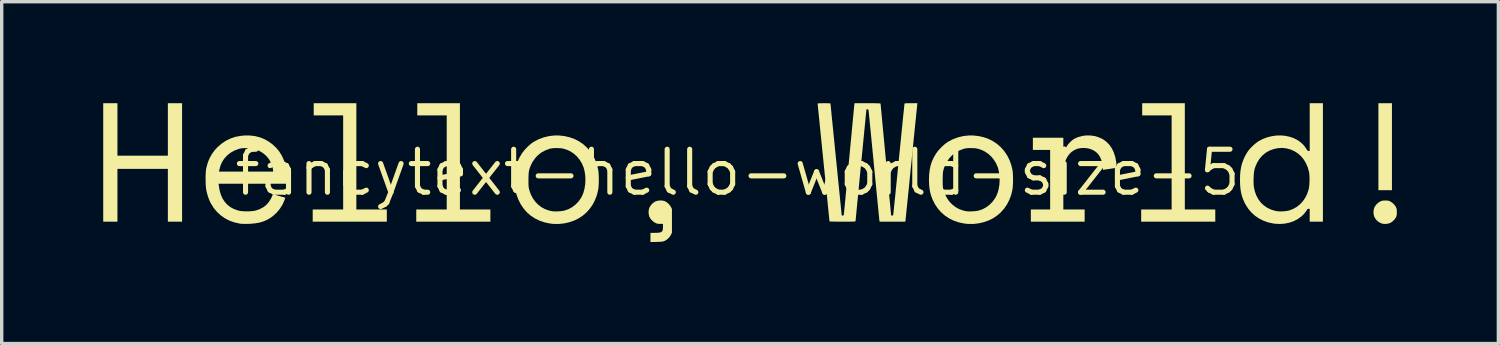
<source format=kicad_pcb>
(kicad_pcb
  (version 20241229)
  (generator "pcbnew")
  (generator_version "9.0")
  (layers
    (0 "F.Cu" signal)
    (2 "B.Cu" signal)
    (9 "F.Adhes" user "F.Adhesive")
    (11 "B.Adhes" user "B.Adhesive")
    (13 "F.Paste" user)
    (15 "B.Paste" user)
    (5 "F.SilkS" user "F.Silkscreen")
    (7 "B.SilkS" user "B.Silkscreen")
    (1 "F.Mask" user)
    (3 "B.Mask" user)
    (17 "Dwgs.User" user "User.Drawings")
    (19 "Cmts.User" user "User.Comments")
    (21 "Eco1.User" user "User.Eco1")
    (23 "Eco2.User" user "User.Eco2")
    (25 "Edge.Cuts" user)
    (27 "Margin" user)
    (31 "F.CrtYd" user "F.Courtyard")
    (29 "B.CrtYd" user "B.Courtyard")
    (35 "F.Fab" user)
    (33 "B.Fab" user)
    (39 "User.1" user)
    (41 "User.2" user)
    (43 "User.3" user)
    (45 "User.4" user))
  (footprint "fancytext-hello-world-size-5"
    (layer "F.Cu")
    (at 18.75 2.05)
    (property "Reference" "fancytext-hello-world-size-5" (at 0 0 0) (layer "F.SilkS") (effects (font (size 1.27 1.27) (thickness 0.15))))
    (attr board_only exclude_from_pos_files exclude_from_bom)
    (fp_poly (pts (xy 18.93 -0.765) (xy 18.93 -2.05) (xy 19.13 -2.05) (xy 19.33 -2.05) (xy 19.33 -0.765) (xy 19.33 0.52) (xy 19.13 0.52) (xy 18.93 0.52) (xy 18.93 -0.765)) (stroke (width 0) (type solid)) (fill yes) (layer "F.SilkS"))
    (fp_poly (pts (xy -12.56 1.27) (xy -12.56 1.09) (xy -12.11 1.09) (xy -11.66 1.09) (xy -11.66 -0.3) (xy -11.66 -1.69) (xy -12.095 -1.69) (xy -12.53 -1.69) (xy -12.53 -1.87) (xy -12.53 -2.05) (xy -11.9 -2.05) (xy -11.27 -2.05) (xy -11.27 -0.48) (xy -11.27 1.09) (xy -10.82 1.09) (xy -10.37 1.09) (xy -10.37 1.27) (xy -10.37 1.45) (xy -11.465 1.45) (xy -12.56 1.45) (xy -12.56 1.27)) (stroke (width 0) (type solid)) (fill yes) (layer "F.SilkS"))
    (fp_poly (pts (xy -9.5 1.27) (xy -9.5 1.09) (xy -9.05 1.09) (xy -8.6 1.09) (xy -8.6 -0.3) (xy -8.6 -1.69) (xy -9.035 -1.69) (xy -9.47 -1.69) (xy -9.47 -1.87) (xy -9.47 -2.05) (xy -8.84 -2.05) (xy -8.21 -2.05) (xy -8.21 -0.48) (xy -8.21 1.09) (xy -7.76 1.09) (xy -7.31 1.09) (xy -7.31 1.27) (xy -7.31 1.45) (xy -8.405 1.45) (xy -9.5 1.45) (xy -9.5 1.27)) (stroke (width 0) (type solid)) (fill yes) (layer "F.SilkS"))
    (fp_poly (pts (xy 11.92 1.27) (xy 11.92 1.09) (xy 12.37 1.09) (xy 12.82 1.09) (xy 12.82 -0.3) (xy 12.82 -1.69) (xy 12.385 -1.69) (xy 11.95 -1.69) (xy 11.95 -1.87) (xy 11.95 -2.05) (xy 12.58 -2.05) (xy 13.21 -2.05) (xy 13.21 -0.48) (xy 13.21 1.09) (xy 13.66 1.09) (xy 14.11 1.09) (xy 14.11 1.27) (xy 14.11 1.45) (xy 13.015 1.45) (xy 11.92 1.45) (xy 11.92 1.27)) (stroke (width 0) (type solid)) (fill yes) (layer "F.SilkS"))
    (fp_poly (pts (xy -18.75 -0.3) (xy -18.75 -2.05) (xy -18.54 -2.05) (xy -18.33 -2.05) (xy -18.33 -1.275) (xy -18.33 -0.5) (xy -17.585 -0.5) (xy -16.84 -0.5) (xy -16.84 -1.275) (xy -16.84 -2.05) (xy -16.63 -2.05) (xy -16.42 -2.05) (xy -16.42 -0.3) (xy -16.42 1.45) (xy -16.63 1.45) (xy -16.84 1.45) (xy -16.84 0.67) (xy -16.84 -0.11) (xy -17.585 -0.11) (xy -18.33 -0.11) (xy -18.33 0.67) (xy -18.33 1.45) (xy -18.54 1.45) (xy -18.75 1.45) (xy -18.75 -0.3)) (stroke (width 0) (type solid)) (fill yes) (layer "F.SilkS"))
    (fp_poly (pts (xy 19.023 1.502) (xy 18.945 1.464) (xy 18.88 1.412) (xy 18.83 1.345) (xy 18.808 1.303) (xy 18.791 1.246) (xy 18.784 1.179) (xy 18.789 1.11) (xy 18.805 1.047) (xy 18.812 1.028) (xy 18.852 0.964) (xy 18.905 0.907) (xy 18.968 0.862) (xy 18.988 0.852) (xy 19.02 0.838) (xy 19.05 0.83) (xy 19.085 0.826) (xy 19.132 0.825) (xy 19.135 0.825) (xy 19.182 0.826) (xy 19.216 0.829) (xy 19.245 0.837) (xy 19.275 0.849) (xy 19.281 0.853) (xy 19.336 0.888) (xy 19.388 0.935) (xy 19.431 0.989) (xy 19.453 1.028) (xy 19.464 1.057) (xy 19.471 1.087) (xy 19.474 1.126) (xy 19.475 1.17) (xy 19.474 1.221) (xy 19.47 1.258) (xy 19.463 1.288) (xy 19.453 1.312) (xy 19.42 1.367) (xy 19.374 1.419) (xy 19.321 1.463) (xy 19.282 1.486) (xy 19.218 1.508) (xy 19.147 1.517) (xy 19.077 1.515) (xy 19.023 1.502)) (stroke (width 0) (type solid)) (fill yes) (layer "F.SilkS"))
    (fp_poly (pts (xy -2.58 1.916) (xy -2.58 1.78) (xy -2.444 1.78) (xy -2.369 1.778) (xy -2.312 1.773) (xy -2.27 1.761) (xy -2.241 1.741) (xy -2.223 1.712) (xy -2.214 1.672) (xy -2.21 1.618) (xy -2.21 1.598) (xy -2.21 1.515) (xy -2.292 1.515) (xy -2.34 1.514) (xy -2.376 1.509) (xy -2.408 1.499) (xy -2.432 1.488) (xy -2.496 1.448) (xy -2.554 1.394) (xy -2.598 1.332) (xy -2.608 1.312) (xy -2.629 1.245) (xy -2.636 1.171) (xy -2.629 1.097) (xy -2.609 1.03) (xy -2.608 1.028) (xy -2.568 0.964) (xy -2.515 0.907) (xy -2.452 0.862) (xy -2.432 0.852) (xy -2.375 0.833) (xy -2.31 0.824) (xy -2.242 0.825) (xy -2.18 0.836) (xy -2.148 0.847) (xy -2.094 0.88) (xy -2.041 0.926) (xy -1.997 0.979) (xy -1.973 1.019) (xy -1.945 1.075) (xy -1.945 1.425) (xy -1.945 1.775) (xy -1.972 1.833) (xy -2.009 1.894) (xy -2.059 1.949) (xy -2.116 1.994) (xy -2.165 2.02) (xy -2.189 2.029) (xy -2.214 2.035) (xy -2.242 2.04) (xy -2.277 2.043) (xy -2.324 2.046) (xy -2.387 2.047) (xy -2.402 2.048) (xy -2.58 2.052) (xy -2.58 1.916)) (stroke (width 0) (type solid)) (fill yes) (layer "F.SilkS"))
    (fp_poly (pts (xy 8.66 1.27) (xy 8.66 1.09) (xy 8.945 1.09) (xy 9.23 1.09) (xy 9.23 0.21) (xy 9.23 -0.67) (xy 8.975 -0.67) (xy 8.72 -0.67) (xy 8.72 -0.85) (xy 8.72 -1.03) (xy 9.17 -1.03) (xy 9.62 -1.03) (xy 9.62 -0.865) (xy 9.62 -0.7) (xy 9.649 -0.7) (xy 9.666 -0.702) (xy 9.68 -0.711) (xy 9.694 -0.73) (xy 9.712 -0.762) (xy 9.747 -0.817) (xy 9.796 -0.875) (xy 9.851 -0.93) (xy 9.909 -0.976) (xy 9.95 -1.002) (xy 10.058 -1.05) (xy 10.175 -1.082) (xy 10.295 -1.098) (xy 10.418 -1.097) (xy 10.539 -1.081) (xy 10.655 -1.048) (xy 10.763 -1) (xy 10.814 -0.97) (xy 10.908 -0.897) (xy 10.989 -0.811) (xy 11.056 -0.711) (xy 11.11 -0.596) (xy 11.153 -0.465) (xy 11.155 -0.456) (xy 11.163 -0.42) (xy 11.171 -0.375) (xy 11.179 -0.325) (xy 11.187 -0.274) (xy 11.192 -0.226) (xy 11.196 -0.186) (xy 11.198 -0.157) (xy 11.197 -0.143) (xy 11.197 -0.143) (xy 11.186 -0.141) (xy 11.159 -0.136) (xy 11.119 -0.129) (xy 11.068 -0.122) (xy 11.024 -0.115) (xy 10.966 -0.106) (xy 10.912 -0.098) (xy 10.868 -0.092) (xy 10.836 -0.087) (xy 10.824 -0.085) (xy 10.792 -0.08) (xy 10.785 -0.157) (xy 10.768 -0.279) (xy 10.739 -0.385) (xy 10.698 -0.476) (xy 10.644 -0.552) (xy 10.577 -0.615) (xy 10.496 -0.665) (xy 10.408 -0.701) (xy 10.339 -0.717) (xy 10.261 -0.726) (xy 10.179 -0.726) (xy 10.101 -0.719) (xy 10.033 -0.704) (xy 10.027 -0.702) (xy 9.933 -0.659) (xy 9.85 -0.6) (xy 9.78 -0.526) (xy 9.722 -0.436) (xy 9.676 -0.332) (xy 9.643 -0.212) (xy 9.634 -0.163) (xy 9.631 -0.139) (xy 9.628 -0.108) (xy 9.626 -0.07) (xy 9.624 -0.022) (xy 9.623 0.038) (xy 9.622 0.11) (xy 9.621 0.196) (xy 9.62 0.298) (xy 9.62 0.417) (xy 9.62 0.507) (xy 9.62 1.09) (xy 9.935 1.09) (xy 10.25 1.09) (xy 10.25 1.27) (xy 10.25 1.45) (xy 9.455 1.45) (xy 8.66 1.45) (xy 8.66 1.27)) (stroke (width 0) (type solid)) (fill yes) (layer "F.SilkS"))
    (fp_poly (pts (xy -5.285 -1.097) (xy -5.122 -1.079) (xy -4.969 -1.044) (xy -4.824 -0.992) (xy -4.691 -0.923) (xy -4.568 -0.84) (xy -4.458 -0.741) (xy -4.361 -0.629) (xy -4.277 -0.504) (xy -4.209 -0.367) (xy -4.156 -0.217) (xy -4.123 -0.077) (xy -4.115 -0.015) (xy -4.109 0.061) (xy -4.106 0.147) (xy -4.106 0.237) (xy -4.108 0.326) (xy -4.113 0.408) (xy -4.12 0.479) (xy -4.124 0.505) (xy -4.161 0.659) (xy -4.215 0.804) (xy -4.284 0.939) (xy -4.368 1.062) (xy -4.466 1.173) (xy -4.578 1.27) (xy -4.701 1.352) (xy -4.818 1.41) (xy -4.965 1.463) (xy -5.118 1.499) (xy -5.275 1.517) (xy -5.432 1.517) (xy -5.553 1.504) (xy -5.711 1.47) (xy -5.859 1.42) (xy -5.995 1.353) (xy -6.119 1.271) (xy -6.231 1.173) (xy -6.329 1.061) (xy -6.414 0.935) (xy -6.484 0.795) (xy -6.525 0.687) (xy -6.553 0.588) (xy -6.573 0.484) (xy -6.585 0.371) (xy -6.59 0.244) (xy -6.59 0.215) (xy -6.185 0.215) (xy -6.185 0.288) (xy -6.184 0.345) (xy -6.182 0.389) (xy -6.179 0.424) (xy -6.175 0.455) (xy -6.168 0.484) (xy -6.162 0.51) (xy -6.118 0.637) (xy -6.059 0.753) (xy -5.987 0.856) (xy -5.901 0.945) (xy -5.804 1.02) (xy -5.696 1.079) (xy -5.578 1.121) (xy -5.487 1.141) (xy -5.434 1.146) (xy -5.369 1.147) (xy -5.297 1.144) (xy -5.226 1.139) (xy -5.162 1.13) (xy -5.117 1.121) (xy -5.003 1.081) (xy -4.896 1.023) (xy -4.799 0.949) (xy -4.712 0.861) (xy -4.639 0.76) (xy -4.601 0.693) (xy -4.559 0.59) (xy -4.529 0.476) (xy -4.509 0.352) (xy -4.502 0.225) (xy -4.506 0.097) (xy -4.523 -0.026) (xy -4.552 -0.141) (xy -4.558 -0.16) (xy -4.608 -0.276) (xy -4.674 -0.382) (xy -4.753 -0.478) (xy -4.845 -0.56) (xy -4.946 -0.627) (xy -5.028 -0.666) (xy -5.094 -0.69) (xy -5.153 -0.707) (xy -5.211 -0.718) (xy -5.277 -0.723) (xy -5.35 -0.724) (xy -5.413 -0.724) (xy -5.461 -0.721) (xy -5.501 -0.716) (xy -5.539 -0.709) (xy -5.564 -0.702) (xy -5.688 -0.656) (xy -5.801 -0.595) (xy -5.901 -0.518) (xy -5.988 -0.426) (xy -6.061 -0.32) (xy -6.095 -0.256) (xy -6.123 -0.194) (xy -6.145 -0.139) (xy -6.161 -0.086) (xy -6.173 -0.031) (xy -6.18 0.031) (xy -6.183 0.103) (xy -6.185 0.19) (xy -6.185 0.215) (xy -6.59 0.215) (xy -6.59 0.209) (xy -6.585 0.053) (xy -6.568 -0.088) (xy -6.54 -0.218) (xy -6.499 -0.34) (xy -6.444 -0.457) (xy -6.377 -0.568) (xy -6.324 -0.64) (xy -6.259 -0.713) (xy -6.188 -0.784) (xy -6.115 -0.848) (xy -6.044 -0.899) (xy -6.023 -0.913) (xy -5.881 -0.987) (xy -5.731 -1.042) (xy -5.576 -1.079) (xy -5.418 -1.097)) (stroke (width 0) (type solid)) (fill yes) (layer "F.SilkS"))
    (fp_poly (pts (xy 6.955 -1.097) (xy 7.118 -1.079) (xy 7.271 -1.044) (xy 7.416 -0.992) (xy 7.549 -0.923) (xy 7.672 -0.84) (xy 7.782 -0.741) (xy 7.879 -0.629) (xy 7.963 -0.504) (xy 8.031 -0.367) (xy 8.084 -0.217) (xy 8.117 -0.077) (xy 8.125 -0.015) (xy 8.131 0.061) (xy 8.134 0.147) (xy 8.134 0.237) (xy 8.132 0.326) (xy 8.127 0.408) (xy 8.12 0.479) (xy 8.116 0.505) (xy 8.079 0.659) (xy 8.025 0.804) (xy 7.956 0.939) (xy 7.872 1.062) (xy 7.774 1.173) (xy 7.662 1.27) (xy 7.539 1.352) (xy 7.422 1.41) (xy 7.275 1.463) (xy 7.122 1.499) (xy 6.965 1.517) (xy 6.808 1.517) (xy 6.687 1.504) (xy 6.529 1.47) (xy 6.381 1.42) (xy 6.245 1.353) (xy 6.121 1.271) (xy 6.009 1.173) (xy 5.911 1.061) (xy 5.826 0.935) (xy 5.756 0.795) (xy 5.715 0.687) (xy 5.687 0.588) (xy 5.667 0.484) (xy 5.655 0.371) (xy 5.65 0.244) (xy 5.65 0.215) (xy 6.055 0.215) (xy 6.055 0.288) (xy 6.056 0.345) (xy 6.058 0.389) (xy 6.061 0.424) (xy 6.065 0.455) (xy 6.072 0.484) (xy 6.078 0.51) (xy 6.122 0.637) (xy 6.181 0.753) (xy 6.253 0.856) (xy 6.339 0.945) (xy 6.436 1.02) (xy 6.544 1.079) (xy 6.662 1.121) (xy 6.753 1.141) (xy 6.806 1.146) (xy 6.871 1.147) (xy 6.943 1.144) (xy 7.014 1.139) (xy 7.078 1.13) (xy 7.123 1.121) (xy 7.237 1.081) (xy 7.344 1.023) (xy 7.441 0.949) (xy 7.528 0.861) (xy 7.601 0.76) (xy 7.639 0.693) (xy 7.681 0.59) (xy 7.711 0.476) (xy 7.731 0.352) (xy 7.738 0.225) (xy 7.734 0.097) (xy 7.717 -0.026) (xy 7.688 -0.141) (xy 7.682 -0.16) (xy 7.632 -0.276) (xy 7.566 -0.382) (xy 7.487 -0.478) (xy 7.395 -0.56) (xy 7.294 -0.627) (xy 7.212 -0.666) (xy 7.146 -0.69) (xy 7.087 -0.707) (xy 7.029 -0.718) (xy 6.963 -0.723) (xy 6.89 -0.724) (xy 6.827 -0.724) (xy 6.779 -0.721) (xy 6.739 -0.716) (xy 6.701 -0.709) (xy 6.676 -0.702) (xy 6.552 -0.656) (xy 6.439 -0.595) (xy 6.339 -0.518) (xy 6.252 -0.426) (xy 6.179 -0.32) (xy 6.145 -0.256) (xy 6.117 -0.194) (xy 6.095 -0.139) (xy 6.079 -0.086) (xy 6.067 -0.031) (xy 6.06 0.031) (xy 6.057 0.103) (xy 6.055 0.19) (xy 6.055 0.215) (xy 5.65 0.215) (xy 5.65 0.209) (xy 5.655 0.053) (xy 5.672 -0.088) (xy 5.7 -0.218) (xy 5.741 -0.34) (xy 5.796 -0.457) (xy 5.863 -0.568) (xy 5.916 -0.64) (xy 5.981 -0.713) (xy 6.052 -0.784) (xy 6.125 -0.848) (xy 6.196 -0.899) (xy 6.217 -0.913) (xy 6.359 -0.987) (xy 6.509 -1.042) (xy 6.664 -1.079) (xy 6.822 -1.097)) (stroke (width 0) (type solid)) (fill yes) (layer "F.SilkS"))
    (fp_poly (pts (xy 17.29 1.45) (xy 16.9 1.45) (xy 16.9 1.07) (xy 16.867 1.07) (xy 16.842 1.073) (xy 16.826 1.088) (xy 16.818 1.103) (xy 16.791 1.146) (xy 16.752 1.196) (xy 16.706 1.247) (xy 16.656 1.294) (xy 16.643 1.304) (xy 16.538 1.379) (xy 16.421 1.438) (xy 16.294 1.481) (xy 16.16 1.508) (xy 16.021 1.518) (xy 15.877 1.511) (xy 15.825 1.504) (xy 15.675 1.472) (xy 15.534 1.422) (xy 15.403 1.356) (xy 15.284 1.275) (xy 15.177 1.178) (xy 15.083 1.067) (xy 15.004 0.943) (xy 14.974 0.885) (xy 14.929 0.783) (xy 14.894 0.681) (xy 14.869 0.576) (xy 14.852 0.464) (xy 14.843 0.34) (xy 14.841 0.247) (xy 15.241 0.247) (xy 15.242 0.321) (xy 15.245 0.386) (xy 15.25 0.421) (xy 15.278 0.554) (xy 15.322 0.676) (xy 15.381 0.786) (xy 15.455 0.884) (xy 15.542 0.968) (xy 15.641 1.037) (xy 15.752 1.091) (xy 15.875 1.129) (xy 15.905 1.136) (xy 15.968 1.144) (xy 16.043 1.147) (xy 16.122 1.144) (xy 16.199 1.137) (xy 16.266 1.126) (xy 16.288 1.12) (xy 16.406 1.077) (xy 16.514 1.016) (xy 16.61 0.941) (xy 16.695 0.85) (xy 16.766 0.747) (xy 16.824 0.632) (xy 16.866 0.506) (xy 16.876 0.46) (xy 16.884 0.41) (xy 16.89 0.347) (xy 16.893 0.275) (xy 16.895 0.2) (xy 16.894 0.126) (xy 16.89 0.06) (xy 16.885 0.006) (xy 16.881 -0.015) (xy 16.844 -0.15) (xy 16.792 -0.273) (xy 16.726 -0.384) (xy 16.647 -0.481) (xy 16.556 -0.563) (xy 16.453 -0.63) (xy 16.339 -0.681) (xy 16.216 -0.715) (xy 16.212 -0.716) (xy 16.092 -0.729) (xy 15.971 -0.723) (xy 15.851 -0.7) (xy 15.735 -0.66) (xy 15.626 -0.603) (xy 15.587 -0.576) (xy 15.495 -0.499) (xy 15.416 -0.406) (xy 15.349 -0.299) (xy 15.296 -0.179) (xy 15.268 -0.091) (xy 15.259 -0.044) (xy 15.251 0.018) (xy 15.245 0.091) (xy 15.242 0.169) (xy 15.241 0.247) (xy 14.841 0.247) (xy 14.84 0.215) (xy 14.843 0.075) (xy 14.854 -0.049) (xy 14.873 -0.163) (xy 14.9 -0.269) (xy 14.937 -0.372) (xy 14.97 -0.447) (xy 14.996 -0.499) (xy 15.027 -0.554) (xy 15.057 -0.604) (xy 15.071 -0.625) (xy 15.115 -0.682) (xy 15.171 -0.744) (xy 15.234 -0.805) (xy 15.299 -0.862) (xy 15.362 -0.909) (xy 15.397 -0.932) (xy 15.52 -0.995) (xy 15.649 -1.043) (xy 15.781 -1.076) (xy 15.914 -1.095) (xy 16.046 -1.098) (xy 16.176 -1.087) (xy 16.301 -1.061) (xy 16.42 -1.021) (xy 16.529 -0.967) (xy 16.628 -0.899) (xy 16.712 -0.821) (xy 16.744 -0.782) (xy 16.776 -0.739) (xy 16.801 -0.701) (xy 16.82 -0.669) (xy 16.835 -0.65) (xy 16.849 -0.642) (xy 16.867 -0.64) (xy 16.867 -0.64) (xy 16.9 -0.64) (xy 16.9 -2.05) (xy 17.29 -2.05)) (stroke (width 0) (type solid)) (fill yes) (layer "F.SilkS"))
    (fp_poly (pts (xy -14.407 -1.096) (xy -14.258 -1.077) (xy -14.117 -1.041) (xy -14.002 -0.995) (xy -13.867 -0.921) (xy -13.746 -0.833) (xy -13.639 -0.732) (xy -13.546 -0.62) (xy -13.47 -0.496) (xy -13.411 -0.363) (xy -13.386 -0.287) (xy -13.371 -0.232) (xy -13.359 -0.183) (xy -13.351 -0.134) (xy -13.346 -0.083) (xy -13.342 -0.023) (xy -13.341 0.048) (xy -13.34 0.128) (xy -13.34 0.33) (xy -15.341 0.33) (xy -15.335 0.383) (xy -15.311 0.526) (xy -15.273 0.655) (xy -15.222 0.769) (xy -15.157 0.868) (xy -15.079 0.953) (xy -14.987 1.024) (xy -14.881 1.079) (xy -14.762 1.12) (xy -14.752 1.123) (xy -14.688 1.135) (xy -14.611 1.142) (xy -14.527 1.145) (xy -14.441 1.145) (xy -14.359 1.139) (xy -14.286 1.13) (xy -14.245 1.121) (xy -14.128 1.081) (xy -14.024 1.026) (xy -13.934 0.957) (xy -13.858 0.872) (xy -13.795 0.773) (xy -13.765 0.709) (xy -13.751 0.677) (xy -13.741 0.653) (xy -13.736 0.643) (xy -13.736 0.643) (xy -13.726 0.644) (xy -13.7 0.65) (xy -13.663 0.66) (xy -13.618 0.672) (xy -13.567 0.686) (xy -13.516 0.7) (xy -13.468 0.714) (xy -13.426 0.726) (xy -13.395 0.735) (xy -13.377 0.741) (xy -13.374 0.742) (xy -13.375 0.754) (xy -13.382 0.781) (xy -13.396 0.817) (xy -13.413 0.859) (xy -13.433 0.903) (xy -13.454 0.946) (xy -13.46 0.958) (xy -13.534 1.075) (xy -13.625 1.183) (xy -13.728 1.278) (xy -13.805 1.335) (xy -13.906 1.394) (xy -14.013 1.441) (xy -14.128 1.476) (xy -14.256 1.499) (xy -14.397 1.512) (xy -14.465 1.515) (xy -14.554 1.516) (xy -14.626 1.515) (xy -14.687 1.51) (xy -14.725 1.505) (xy -14.878 1.47) (xy -15.021 1.419) (xy -15.154 1.35) (xy -15.275 1.266) (xy -15.384 1.166) (xy -15.48 1.051) (xy -15.563 0.921) (xy -15.589 0.872) (xy -15.619 0.804) (xy -15.649 0.723) (xy -15.675 0.637) (xy -15.697 0.552) (xy -15.706 0.505) (xy -15.714 0.445) (xy -15.72 0.371) (xy -15.724 0.288) (xy -15.725 0.2) (xy -15.725 0.112) (xy -15.722 0.029) (xy -15.718 -0.03) (xy -15.33 -0.03) (xy -13.73 -0.03) (xy -13.73 -0.056) (xy -13.734 -0.098) (xy -13.746 -0.152) (xy -13.763 -0.212) (xy -13.785 -0.27) (xy -13.8 -0.305) (xy -13.86 -0.407) (xy -13.936 -0.497) (xy -14.026 -0.574) (xy -14.131 -0.638) (xy -14.248 -0.687) (xy -14.295 -0.702) (xy -14.332 -0.711) (xy -14.366 -0.718) (xy -14.404 -0.722) (xy -14.45 -0.724) (xy -14.511 -0.724) (xy -14.52 -0.724) (xy -14.581 -0.723) (xy -14.627 -0.721) (xy -14.665 -0.718) (xy -14.699 -0.711) (xy -14.735 -0.702) (xy -14.753 -0.697) (xy -14.876 -0.65) (xy -14.986 -0.588) (xy -15.083 -0.512) (xy -15.165 -0.423) (xy -15.205 -0.366) (xy -15.237 -0.313) (xy -15.263 -0.261) (xy -15.284 -0.206) (xy -15.303 -0.143) (xy -15.322 -0.065) (xy -15.324 -0.058) (xy -15.33 -0.03) (xy -15.718 -0.03) (xy -15.717 -0.045) (xy -15.709 -0.106) (xy -15.706 -0.125) (xy -15.666 -0.278) (xy -15.611 -0.418) (xy -15.54 -0.546) (xy -15.453 -0.665) (xy -15.365 -0.759) (xy -15.247 -0.86) (xy -15.122 -0.943) (xy -14.988 -1.008) (xy -14.845 -1.056) (xy -14.692 -1.085) (xy -14.565 -1.097)) (stroke (width 0) (type solid)) (fill yes) (layer "F.SilkS"))
    (fp_poly (pts (xy 2.71 1.438) (xy 2.709 1.426) (xy 2.706 1.396) (xy 2.701 1.349) (xy 2.695 1.284) (xy 2.687 1.203) (xy 2.677 1.108) (xy 2.666 0.999) (xy 2.654 0.877) (xy 2.641 0.744) (xy 2.626 0.599) (xy 2.61 0.445) (xy 2.594 0.283) (xy 2.577 0.113) (xy 2.559 -0.064) (xy 2.54 -0.247) (xy 2.535 -0.3) (xy 2.516 -0.484) (xy 2.498 -0.662) (xy 2.481 -0.835) (xy 2.464 -1) (xy 2.448 -1.156) (xy 2.433 -1.303) (xy 2.42 -1.44) (xy 2.407 -1.565) (xy 2.396 -1.678) (xy 2.386 -1.777) (xy 2.377 -1.862) (xy 2.37 -1.932) (xy 2.365 -1.984) (xy 2.362 -2.02) (xy 2.36 -2.036) (xy 2.36 -2.038) (xy 2.365 -2.042) (xy 2.38 -2.045) (xy 2.409 -2.048) (xy 2.453 -2.049) (xy 2.513 -2.05) (xy 2.55 -2.05) (xy 2.62 -2.05) (xy 2.671 -2.049) (xy 2.707 -2.047) (xy 2.729 -2.044) (xy 2.739 -2.04) (xy 2.74 -2.038) (xy 2.741 -2.026) (xy 2.744 -1.996) (xy 2.749 -1.949) (xy 2.755 -1.884) (xy 2.763 -1.804) (xy 2.772 -1.709) (xy 2.783 -1.6) (xy 2.795 -1.479) (xy 2.809 -1.347) (xy 2.823 -1.204) (xy 2.838 -1.051) (xy 2.855 -0.89) (xy 2.871 -0.722) (xy 2.889 -0.548) (xy 2.905 -0.39) (xy 2.923 -0.211) (xy 2.941 -0.037) (xy 2.957 0.13) (xy 2.973 0.29) (xy 2.989 0.441) (xy 3.003 0.583) (xy 3.016 0.714) (xy 3.028 0.834) (xy 3.039 0.941) (xy 3.048 1.034) (xy 3.056 1.112) (xy 3.062 1.175) (xy 3.067 1.221) (xy 3.069 1.249) (xy 3.07 1.258) (xy 3.079 1.267) (xy 3.1 1.27) (xy 3.121 1.267) (xy 3.131 1.254) (xy 3.135 1.238) (xy 3.136 1.224) (xy 3.139 1.192) (xy 3.144 1.142) (xy 3.151 1.075) (xy 3.159 0.993) (xy 3.168 0.896) (xy 3.179 0.786) (xy 3.19 0.663) (xy 3.203 0.53) (xy 3.217 0.386) (xy 3.231 0.233) (xy 3.246 0.072) (xy 3.262 -0.096) (xy 3.279 -0.27) (xy 3.29 -0.39) (xy 3.307 -0.567) (xy 3.323 -0.739) (xy 3.339 -0.905) (xy 3.354 -1.064) (xy 3.368 -1.214) (xy 3.381 -1.355) (xy 3.394 -1.485) (xy 3.405 -1.603) (xy 3.415 -1.709) (xy 3.424 -1.801) (xy 3.431 -1.879) (xy 3.437 -1.94) (xy 3.442 -1.984) (xy 3.445 -2.011) (xy 3.445 -2.018) (xy 3.451 -2.05) (xy 3.835 -2.05) (xy 3.935 -2.05) (xy 4.017 -2.05) (xy 4.082 -2.049) (xy 4.132 -2.048) (xy 4.169 -2.046) (xy 4.195 -2.045) (xy 4.211 -2.042) (xy 4.218 -2.039) (xy 4.22 -2.036) (xy 4.221 -2.025) (xy 4.224 -1.995) (xy 4.228 -1.947) (xy 4.234 -1.882) (xy 4.242 -1.802) (xy 4.251 -1.707) (xy 4.261 -1.598) (xy 4.272 -1.477) (xy 4.285 -1.344) (xy 4.298 -1.201) (xy 4.313 -1.048) (xy 4.328 -0.888) (xy 4.344 -0.719) (xy 4.36 -0.545) (xy 4.375 -0.39) (xy 4.392 -0.211) (xy 4.408 -0.038) (xy 4.424 0.13) (xy 4.439 0.289) (xy 4.454 0.441) (xy 4.467 0.583) (xy 4.479 0.714) (xy 4.491 0.833) (xy 4.501 0.94) (xy 4.509 1.033) (xy 4.517 1.112) (xy 4.523 1.174) (xy 4.527 1.22) (xy 4.529 1.248) (xy 4.53 1.256) (xy 4.539 1.267) (xy 4.56 1.27) (xy 4.583 1.266) (xy 4.593 1.251) (xy 4.594 1.248) (xy 4.596 1.235) (xy 4.599 1.204) (xy 4.604 1.155) (xy 4.611 1.09) (xy 4.619 1.008) (xy 4.629 0.913) (xy 4.64 0.803) (xy 4.653 0.681) (xy 4.666 0.548) (xy 4.68 0.405) (xy 4.696 0.252) (xy 4.712 0.091) (xy 4.729 -0.077) (xy 4.746 -0.251) (xy 4.76 -0.39) (xy 4.778 -0.568) (xy 4.795 -0.741) (xy 4.812 -0.907) (xy 4.828 -1.067) (xy 4.843 -1.217) (xy 4.857 -1.359) (xy 4.87 -1.489) (xy 4.882 -1.608) (xy 4.893 -1.715) (xy 4.903 -1.808) (xy 4.911 -1.885) (xy 4.917 -1.947) (xy 4.922 -1.993) (xy 4.925 -2.02) (xy 4.926 -2.027) (xy 4.928 -2.035) (xy 4.932 -2.041) (xy 4.942 -2.045) (xy 4.959 -2.048) (xy 4.987 -2.049) (xy 5.028 -2.05) (xy 5.085 -2.05) (xy 5.12 -2.05) (xy 5.309 -2.05) (xy 5.305 -2.022) (xy 5.303 -2.01) (xy 5.3 -1.978) (xy 5.295 -1.929) (xy 5.288 -1.862) (xy 5.28 -1.78) (xy 5.27 -1.684) (xy 5.259 -1.574) (xy 5.246 -1.451) (xy 5.232 -1.316) (xy 5.218 -1.171) (xy 5.202 -1.017) (xy 5.186 -0.854) (xy 5.169 -0.683) (xy 5.151 -0.507) (xy 5.133 -0.325) (xy 5.13 -0.295) (xy 5.111 -0.112) (xy 5.093 0.065) (xy 5.076 0.236) (xy 5.06 0.4) (xy 5.044 0.556) (xy 5.029 0.702) (xy 5.015 0.838) (xy 5.003 0.963) (xy 4.991 1.075) (xy 4.981 1.173) (xy 4.972 1.257) (xy 4.965 1.326) (xy 4.96 1.377) (xy 4.956 1.411) (xy 4.954 1.427) (xy 4.954 1.427) (xy 4.95 1.45) (xy 4.57 1.45) (xy 4.191 1.45) (xy 4.185 1.417) (xy 4.184 1.404) (xy 4.18 1.372) (xy 4.175 1.322) (xy 4.169 1.255) (xy 4.16 1.173) (xy 4.151 1.076) (xy 4.14 0.966) (xy 4.128 0.844) (xy 4.115 0.71) (xy 4.101 0.566) (xy 4.086 0.413) (xy 4.07 0.252) (xy 4.054 0.084) (xy 4.037 -0.09) (xy 4.025 -0.21) (xy 4.008 -0.387) (xy 3.991 -0.559) (xy 3.975 -0.725) (xy 3.959 -0.884) (xy 3.945 -1.034) (xy 3.931 -1.174) (xy 3.918 -1.305) (xy 3.906 -1.423) (xy 3.896 -1.529) (xy 3.887 -1.621) (xy 3.879 -1.699) (xy 3.873 -1.76) (xy 3.868 -1.804) (xy 3.865 -1.831) (xy 3.865 -1.837) (xy 3.858 -1.86) (xy 3.845 -1.869) (xy 3.83 -1.87) (xy 3.807 -1.866) (xy 3.8 -1.857) (xy 3.799 -1.846) (xy 3.796 -1.816) (xy 3.792 -1.768) (xy 3.785 -1.703) (xy 3.778 -1.623) (xy 3.769 -1.528) (xy 3.758 -1.419) (xy 3.746 -1.298) (xy 3.733 -1.166) (xy 3.719 -1.022) (xy 3.704 -0.87) (xy 3.689 -0.709) (xy 3.672 -0.541) (xy 3.655 -0.367) (xy 3.64 -0.211) (xy 3.622 -0.032) (xy 3.605 0.142) (xy 3.589 0.309) (xy 3.574 0.469) (xy 3.559 0.62) (xy 3.545 0.762) (xy 3.532 0.893) (xy 3.521 1.013) (xy 3.51 1.12) (xy 3.501 1.213) (xy 3.494 1.292) (xy 3.488 1.354) (xy 3.483 1.4) (xy 3.481 1.428) (xy 3.48 1.436) (xy 3.477 1.44) (xy 3.467 1.443) (xy 3.449 1.445) (xy 3.42 1.447) (xy 3.379 1.448) (xy 3.325 1.449) (xy 3.255 1.45) (xy 3.168 1.45) (xy 3.095 1.45) (xy 2.993 1.45) (xy 2.909 1.449) (xy 2.843 1.449) (xy 2.791 1.447) (xy 2.754 1.446) (xy 2.729 1.444) (xy 2.715 1.441) (xy 2.71 1.438) (xy 2.71 1.438)) (stroke (width 0) (type solid)) (fill yes) (layer "F.SilkS")))
  (gr_rect
    (start -3 -3)
    (end 41.225 7.102)
    (stroke (width 0.1) (type default))
    (fill no)
    (layer "Edge.Cuts")))
</source>
